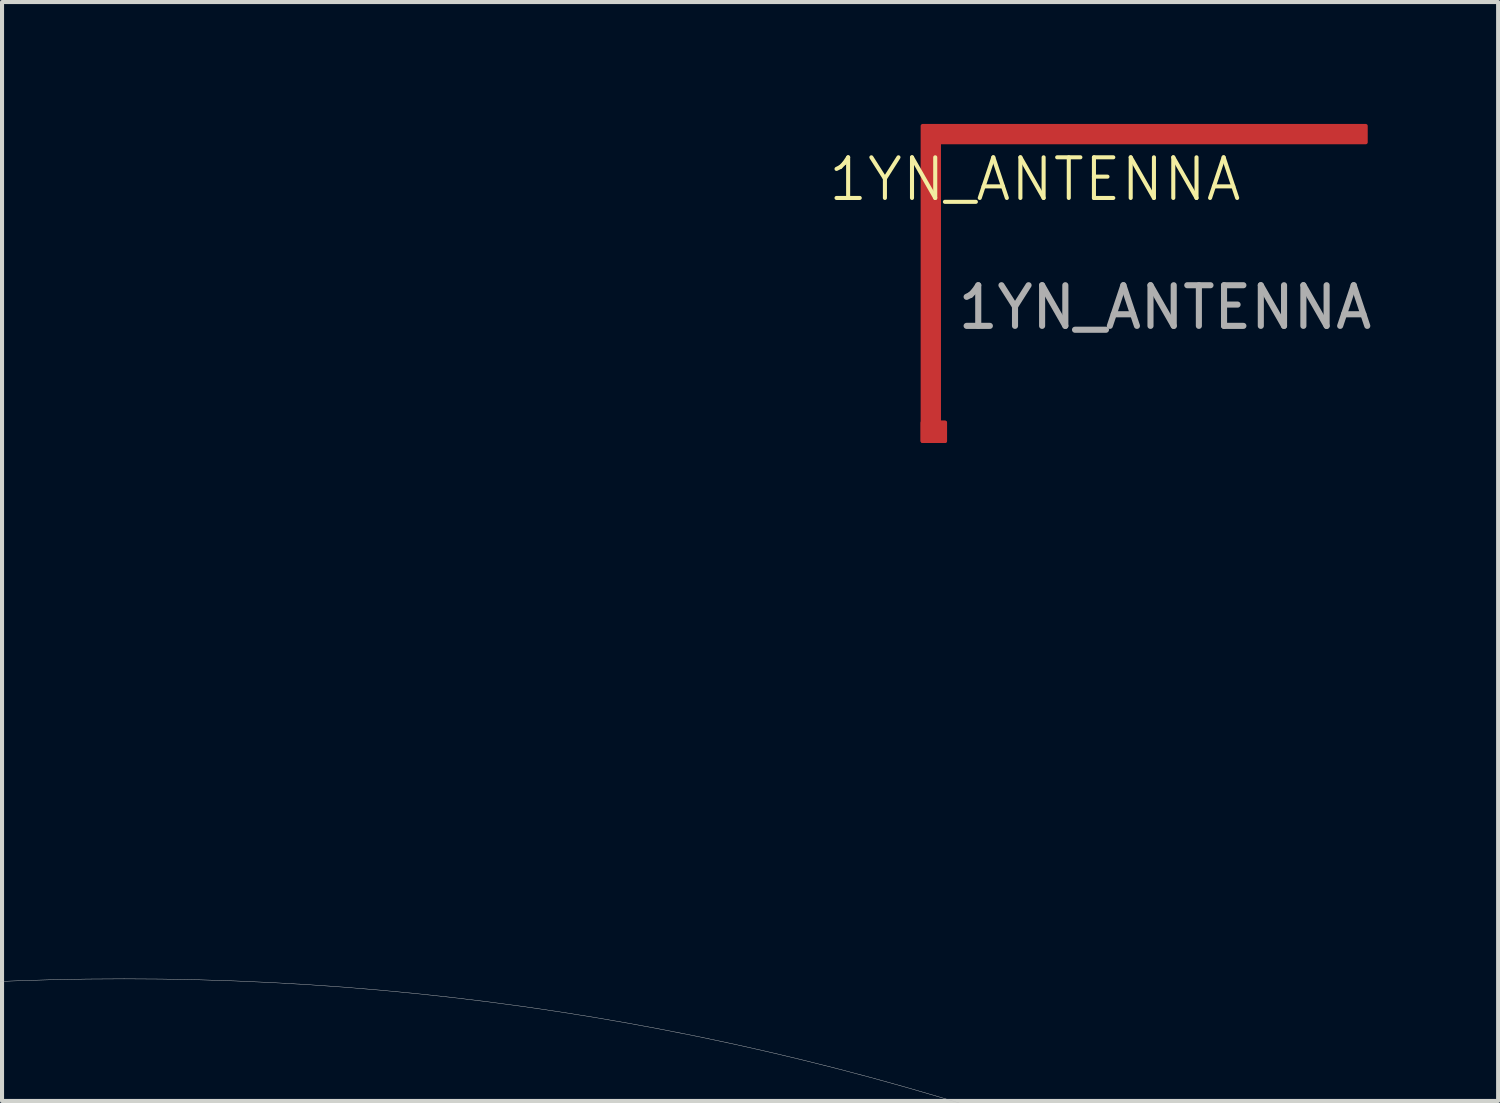
<source format=kicad_pcb>
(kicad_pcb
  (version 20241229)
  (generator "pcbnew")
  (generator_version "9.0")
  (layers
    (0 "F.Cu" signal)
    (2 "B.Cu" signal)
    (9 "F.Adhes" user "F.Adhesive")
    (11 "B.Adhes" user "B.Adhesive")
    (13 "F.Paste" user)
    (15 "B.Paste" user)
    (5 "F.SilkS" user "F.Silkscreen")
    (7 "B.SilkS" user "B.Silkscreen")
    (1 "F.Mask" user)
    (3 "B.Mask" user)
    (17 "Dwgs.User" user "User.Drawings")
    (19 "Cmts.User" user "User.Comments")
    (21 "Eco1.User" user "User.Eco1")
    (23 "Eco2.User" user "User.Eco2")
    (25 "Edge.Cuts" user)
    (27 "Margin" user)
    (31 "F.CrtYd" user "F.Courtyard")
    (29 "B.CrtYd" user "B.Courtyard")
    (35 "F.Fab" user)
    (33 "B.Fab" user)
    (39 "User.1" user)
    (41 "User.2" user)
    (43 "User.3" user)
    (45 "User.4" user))
  (footprint "1YN_ANTENNA"
    (layer "F.Cu")
    (at 19.797 7.637)
    (property "Reference" "1YN_ANTENNA" (at 2.616 -6.274 0) (unlocked yes) (layer "F.SilkS") (effects (font (size 1 1) (thickness 0.1))))
    (attr smd)
    (fp_poly (pts (arc (start 10.7548 -7.1374) (mid 10.790155 -7.152045) (end 10.8048 -7.1874)) (arc (start 10.8048 -7.5874) (mid 10.790155 -7.622755) (end 10.7548 -7.6374)) (arc (start -0.1452 -7.6374) (mid -0.180555 -7.622755) (end -0.1952 -7.5874)) (arc (start -0.1952 0.1626) (mid -0.180555 0.197955) (end -0.1452 0.2126)) (arc (start 0.4048 0.2126) (mid 0.440155 0.197955) (end 0.4548 0.1626)) (arc (start 0.4548 -0.2874) (mid 0.440155 -0.322755) (end 0.4048 -0.3374)) (xy 0.305 -0.337) (xy 0.305 -7.137)) (stroke (width 0) (type solid)) (fill yes) (layer "F.Cu"))
    (fp_arc (start -19.79171 13.39631) (mid -70.448178 45.093802) (end -19.79131 13.396262) (stroke (width 0.01) (type default)) (layer "Dwgs.User"))
    (fp_text user "${REFERENCE}" (at 5.817 -3.124 0) (unlocked yes) (layer "F.Fab") (effects (font (size 1 1) (thickness 0.15))))
    (pad "1" smd roundrect (at 0.127 -0.062 180) (size 0.65 0.55) (layers "F.Cu" "F.Mask" "F.Paste") (roundrect_rratio 0.091)))
  (gr_rect
    (start -3 -3)
    (end 33.81 24.039)
    (stroke (width 0.1) (type default))
    (fill no)
    (layer "Edge.Cuts")))
</source>
